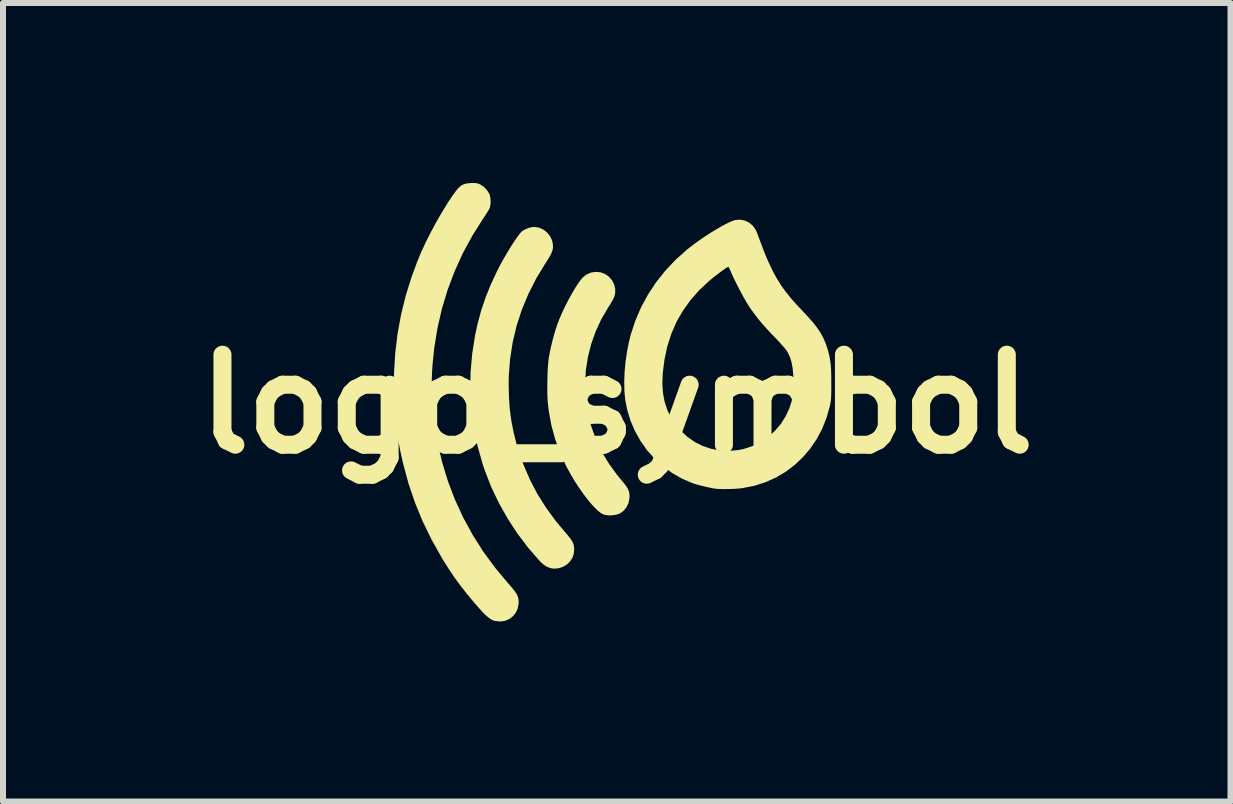
<source format=kicad_pcb>
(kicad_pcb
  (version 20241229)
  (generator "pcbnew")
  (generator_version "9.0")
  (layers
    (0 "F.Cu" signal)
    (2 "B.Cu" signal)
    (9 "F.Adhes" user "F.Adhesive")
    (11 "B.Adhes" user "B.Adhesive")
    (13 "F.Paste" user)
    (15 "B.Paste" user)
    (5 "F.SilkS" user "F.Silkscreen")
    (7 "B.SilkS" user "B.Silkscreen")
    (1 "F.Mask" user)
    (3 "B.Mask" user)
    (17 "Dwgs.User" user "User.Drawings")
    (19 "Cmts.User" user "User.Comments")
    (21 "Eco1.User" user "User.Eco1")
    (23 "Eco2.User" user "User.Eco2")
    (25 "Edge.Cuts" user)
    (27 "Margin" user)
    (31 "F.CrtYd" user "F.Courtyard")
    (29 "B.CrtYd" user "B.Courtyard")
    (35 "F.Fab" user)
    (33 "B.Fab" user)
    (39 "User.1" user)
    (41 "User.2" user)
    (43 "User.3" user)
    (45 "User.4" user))
  (footprint "logo_symbol"
    (layer "F.Cu")
    (at 7.229 3.683)
    (property "Reference" "logo_symbol" (at 0 0 0) (layer "F.SilkS") (effects (font (size 1.5 1.5) (thickness 0.3))))
    (attr board_only exclude_from_pos_files exclude_from_bom)
    (fp_poly (pts (xy -1.302 -2.941) (xy -1.231 -2.911) (xy -1.168 -2.865) (xy -1.118 -2.806) (xy -1.082 -2.736) (xy -1.07 -2.691) (xy -1.064 -2.646) (xy -1.063 -2.605) (xy -1.071 -2.564) (xy -1.087 -2.519) (xy -1.113 -2.467) (xy -1.15 -2.405) (xy -1.194 -2.337) (xy -1.345 -2.088) (xy -1.474 -1.832) (xy -1.583 -1.57) (xy -1.67 -1.302) (xy -1.735 -1.029) (xy -1.778 -0.75) (xy -1.8 -0.468) (xy -1.802 -0.336) (xy -1.797 -0.118) (xy -1.783 0.085) (xy -1.757 0.28) (xy -1.72 0.471) (xy -1.671 0.665) (xy -1.644 0.755) (xy -1.554 1.014) (xy -1.447 1.262) (xy -1.322 1.501) (xy -1.177 1.731) (xy -1.012 1.956) (xy -0.863 2.134) (xy -0.808 2.198) (xy -0.768 2.25) (xy -0.74 2.295) (xy -0.722 2.335) (xy -0.713 2.375) (xy -0.71 2.419) (xy -0.71 2.425) (xy -0.717 2.499) (xy -0.74 2.564) (xy -0.776 2.62) (xy -0.829 2.673) (xy -0.895 2.713) (xy -0.969 2.737) (xy -1.044 2.744) (xy -1.096 2.737) (xy -1.159 2.715) (xy -1.216 2.68) (xy -1.274 2.628) (xy -1.284 2.617) (xy -1.475 2.398) (xy -1.653 2.163) (xy -1.816 1.914) (xy -1.962 1.655) (xy -2.09 1.388) (xy -2.197 1.115) (xy -2.234 1.006) (xy -2.319 0.704) (xy -2.382 0.4) (xy -2.423 0.093) (xy -2.441 -0.215) (xy -2.437 -0.525) (xy -2.41 -0.836) (xy -2.361 -1.147) (xy -2.32 -1.336) (xy -2.26 -1.558) (xy -2.186 -1.778) (xy -2.095 -2.002) (xy -1.987 -2.232) (xy -1.976 -2.254) (xy -1.932 -2.337) (xy -1.884 -2.423) (xy -1.834 -2.51) (xy -1.783 -2.594) (xy -1.733 -2.673) (xy -1.686 -2.744) (xy -1.644 -2.803) (xy -1.608 -2.849) (xy -1.58 -2.879) (xy -1.575 -2.883) (xy -1.526 -2.912) (xy -1.465 -2.936) (xy -1.403 -2.949) (xy -1.377 -2.951)) (stroke (width 0) (type solid)) (fill yes) (layer "F.SilkS"))
    (fp_poly (pts (xy -0.277 -2.196) (xy -0.201 -2.17) (xy -0.133 -2.124) (xy -0.081 -2.065) (xy -0.045 -1.996) (xy -0.026 -1.922) (xy -0.027 -1.845) (xy -0.043 -1.783) (xy -0.058 -1.752) (xy -0.081 -1.709) (xy -0.111 -1.659) (xy -0.144 -1.607) (xy -0.145 -1.605) (xy -0.257 -1.415) (xy -0.35 -1.214) (xy -0.425 -1.004) (xy -0.48 -0.787) (xy -0.515 -0.567) (xy -0.528 -0.345) (xy -0.521 -0.125) (xy -0.518 -0.088) (xy -0.483 0.142) (xy -0.428 0.365) (xy -0.351 0.581) (xy -0.253 0.79) (xy -0.134 0.99) (xy 0.005 1.181) (xy 0.068 1.258) (xy 0.123 1.323) (xy 0.163 1.378) (xy 0.19 1.425) (xy 0.206 1.469) (xy 0.212 1.515) (xy 0.212 1.565) (xy 0.211 1.571) (xy 0.195 1.652) (xy 0.16 1.724) (xy 0.109 1.784) (xy 0.049 1.825) (xy -0.01 1.845) (xy -0.08 1.855) (xy -0.151 1.855) (xy -0.215 1.843) (xy -0.225 1.839) (xy -0.268 1.816) (xy -0.32 1.774) (xy -0.378 1.717) (xy -0.442 1.646) (xy -0.508 1.563) (xy -0.576 1.472) (xy -0.644 1.373) (xy -0.711 1.27) (xy -0.773 1.164) (xy -0.831 1.058) (xy -0.84 1.042) (xy -0.943 0.816) (xy -1.026 0.59) (xy -1.089 0.359) (xy -1.133 0.119) (xy -1.149 -0.015) (xy -1.154 -0.085) (xy -1.157 -0.171) (xy -1.158 -0.268) (xy -1.157 -0.37) (xy -1.155 -0.473) (xy -1.151 -0.572) (xy -1.145 -0.661) (xy -1.137 -0.736) (xy -1.133 -0.772) (xy -1.113 -0.878) (xy -1.087 -0.994) (xy -1.057 -1.113) (xy -1.024 -1.226) (xy -0.992 -1.326) (xy -0.984 -1.346) (xy -0.947 -1.44) (xy -0.903 -1.54) (xy -0.854 -1.642) (xy -0.802 -1.743) (xy -0.748 -1.84) (xy -0.696 -1.93) (xy -0.646 -2.007) (xy -0.6 -2.07) (xy -0.571 -2.105) (xy -0.507 -2.156) (xy -0.435 -2.189) (xy -0.356 -2.202)) (stroke (width 0) (type solid)) (fill yes) (layer "F.SilkS"))
    (fp_poly (pts (xy -2.344 -3.681) (xy -2.315 -3.675) (xy -2.285 -3.663) (xy -2.27 -3.656) (xy -2.214 -3.618) (xy -2.163 -3.564) (xy -2.125 -3.503) (xy -2.117 -3.485) (xy -2.108 -3.446) (xy -2.103 -3.394) (xy -2.104 -3.34) (xy -2.111 -3.291) (xy -2.118 -3.266) (xy -2.13 -3.243) (xy -2.152 -3.205) (xy -2.181 -3.159) (xy -2.215 -3.108) (xy -2.226 -3.092) (xy -2.404 -2.81) (xy -2.563 -2.518) (xy -2.7 -2.218) (xy -2.817 -1.909) (xy -2.913 -1.592) (xy -2.988 -1.267) (xy -3.042 -0.935) (xy -3.07 -0.665) (xy -3.079 -0.522) (xy -3.084 -0.393) (xy -3.085 -0.269) (xy -3.081 -0.143) (xy -3.075 -0.028) (xy -3.041 0.312) (xy -2.987 0.644) (xy -2.911 0.969) (xy -2.814 1.286) (xy -2.697 1.594) (xy -2.559 1.893) (xy -2.401 2.183) (xy -2.223 2.463) (xy -2.024 2.733) (xy -1.806 2.993) (xy -1.801 2.998) (xy -1.742 3.066) (xy -1.698 3.123) (xy -1.666 3.171) (xy -1.647 3.216) (xy -1.637 3.259) (xy -1.635 3.305) (xy -1.635 3.321) (xy -1.65 3.405) (xy -1.683 3.478) (xy -1.732 3.538) (xy -1.793 3.584) (xy -1.864 3.614) (xy -1.943 3.625) (xy -2.026 3.616) (xy -2.052 3.609) (xy -2.087 3.594) (xy -2.125 3.569) (xy -2.17 3.532) (xy -2.222 3.482) (xy -2.283 3.416) (xy -2.356 3.334) (xy -2.369 3.318) (xy -2.492 3.172) (xy -2.6 3.033) (xy -2.701 2.896) (xy -2.797 2.754) (xy -2.893 2.601) (xy -2.92 2.557) (xy -3.088 2.257) (xy -3.236 1.954) (xy -3.363 1.644) (xy -3.471 1.326) (xy -3.56 0.996) (xy -3.61 0.772) (xy -3.643 0.596) (xy -3.669 0.431) (xy -3.689 0.27) (xy -3.702 0.107) (xy -3.711 -0.068) (xy -3.714 -0.18) (xy -3.712 -0.522) (xy -3.692 -0.852) (xy -3.653 -1.174) (xy -3.595 -1.491) (xy -3.517 -1.806) (xy -3.419 -2.121) (xy -3.322 -2.382) (xy -3.258 -2.536) (xy -3.181 -2.701) (xy -3.095 -2.871) (xy -3.003 -3.042) (xy -2.907 -3.207) (xy -2.812 -3.361) (xy -2.728 -3.486) (xy -2.679 -3.553) (xy -2.637 -3.602) (xy -2.598 -3.637) (xy -2.557 -3.66) (xy -2.511 -3.674) (xy -2.456 -3.68) (xy -2.431 -3.682) (xy -2.38 -3.683)) (stroke (width 0) (type solid)) (fill yes) (layer "F.SilkS"))
    (fp_poly (pts (xy 2.132 -3.058) (xy 2.203 -3.024) (xy 2.265 -2.974) (xy 2.313 -2.908) (xy 2.336 -2.857) (xy 2.375 -2.752) (xy 2.408 -2.664) (xy 2.435 -2.591) (xy 2.46 -2.529) (xy 2.481 -2.475) (xy 2.502 -2.425) (xy 2.524 -2.376) (xy 2.541 -2.339) (xy 2.603 -2.209) (xy 2.667 -2.092) (xy 2.736 -1.981) (xy 2.813 -1.874) (xy 2.9 -1.765) (xy 3.001 -1.651) (xy 3.081 -1.567) (xy 3.174 -1.467) (xy 3.253 -1.379) (xy 3.318 -1.299) (xy 3.371 -1.225) (xy 3.415 -1.153) (xy 3.452 -1.08) (xy 3.483 -1.004) (xy 3.502 -0.948) (xy 3.525 -0.875) (xy 3.542 -0.806) (xy 3.555 -0.737) (xy 3.565 -0.663) (xy 3.571 -0.58) (xy 3.574 -0.484) (xy 3.575 -0.371) (xy 3.575 -0.349) (xy 3.575 -0.259) (xy 3.574 -0.187) (xy 3.573 -0.13) (xy 3.57 -0.084) (xy 3.566 -0.046) (xy 3.56 -0.01) (xy 3.553 0.027) (xy 3.551 0.034) (xy 3.496 0.229) (xy 3.423 0.413) (xy 3.332 0.584) (xy 3.224 0.743) (xy 3.101 0.887) (xy 2.964 1.016) (xy 2.814 1.13) (xy 2.651 1.226) (xy 2.477 1.304) (xy 2.292 1.363) (xy 2.099 1.401) (xy 2.095 1.402) (xy 2.04 1.408) (xy 1.971 1.413) (xy 1.896 1.416) (xy 1.818 1.417) (xy 1.746 1.417) (xy 1.683 1.415) (xy 1.639 1.411) (xy 1.591 1.403) (xy 1.53 1.39) (xy 1.461 1.374) (xy 1.391 1.357) (xy 1.328 1.34) (xy 1.278 1.325) (xy 1.268 1.321) (xy 1.091 1.246) (xy 0.926 1.152) (xy 0.772 1.04) (xy 0.632 0.913) (xy 0.506 0.772) (xy 0.396 0.617) (xy 0.303 0.451) (xy 0.228 0.276) (xy 0.172 0.092) (xy 0.141 -0.069) (xy 0.127 -0.21) (xy 0.125 -0.338) (xy 0.759 -0.338) (xy 0.77 -0.184) (xy 0.796 -0.041) (xy 0.84 0.094) (xy 0.887 0.194) (xy 0.97 0.329) (xy 1.068 0.448) (xy 1.179 0.549) (xy 1.301 0.634) (xy 1.433 0.7) (xy 1.573 0.747) (xy 1.72 0.775) (xy 1.871 0.782) (xy 2.025 0.767) (xy 2.118 0.748) (xy 2.262 0.701) (xy 2.397 0.634) (xy 2.522 0.549) (xy 2.634 0.449) (xy 2.732 0.334) (xy 2.814 0.206) (xy 2.878 0.068) (xy 2.915 -0.049) (xy 2.926 -0.097) (xy 2.935 -0.14) (xy 2.94 -0.183) (xy 2.943 -0.232) (xy 2.944 -0.294) (xy 2.944 -0.344) (xy 2.941 -0.478) (xy 2.931 -0.594) (xy 2.913 -0.693) (xy 2.887 -0.779) (xy 2.852 -0.854) (xy 2.835 -0.884) (xy 2.816 -0.909) (xy 2.785 -0.947) (xy 2.743 -0.994) (xy 2.695 -1.047) (xy 2.642 -1.103) (xy 2.624 -1.121) (xy 2.523 -1.227) (xy 2.437 -1.323) (xy 2.361 -1.412) (xy 2.294 -1.5) (xy 2.23 -1.589) (xy 2.198 -1.636) (xy 2.162 -1.695) (xy 2.12 -1.768) (xy 2.074 -1.852) (xy 2.027 -1.941) (xy 1.982 -2.03) (xy 1.941 -2.114) (xy 1.908 -2.188) (xy 1.898 -2.211) (xy 1.882 -2.247) (xy 1.868 -2.274) (xy 1.859 -2.286) (xy 1.858 -2.287) (xy 1.844 -2.28) (xy 1.815 -2.262) (xy 1.776 -2.234) (xy 1.73 -2.201) (xy 1.679 -2.163) (xy 1.628 -2.123) (xy 1.58 -2.085) (xy 1.538 -2.05) (xy 1.536 -2.048) (xy 1.371 -1.893) (xy 1.226 -1.728) (xy 1.101 -1.553) (xy 0.995 -1.368) (xy 0.909 -1.171) (xy 0.843 -0.963) (xy 0.795 -0.743) (xy 0.766 -0.511) (xy 0.766 -0.506) (xy 0.759 -0.338) (xy 0.125 -0.338) (xy 0.124 -0.366) (xy 0.13 -0.533) (xy 0.146 -0.705) (xy 0.171 -0.877) (xy 0.205 -1.046) (xy 0.232 -1.154) (xy 0.308 -1.386) (xy 0.404 -1.609) (xy 0.52 -1.824) (xy 0.655 -2.029) (xy 0.809 -2.222) (xy 0.981 -2.404) (xy 1.17 -2.573) (xy 1.278 -2.658) (xy 1.367 -2.722) (xy 1.46 -2.786) (xy 1.553 -2.847) (xy 1.645 -2.903) (xy 1.733 -2.954) (xy 1.813 -2.998) (xy 1.883 -3.032) (xy 1.94 -3.056) (xy 1.973 -3.066) (xy 2.055 -3.072)) (stroke (width 0) (type solid)) (fill yes) (layer "F.SilkS")))
  (gr_rect
    (start -3 -3)
    (end 17.457 10.308)
    (stroke (width 0.1) (type default))
    (fill no)
    (layer "Edge.Cuts")))
</source>
